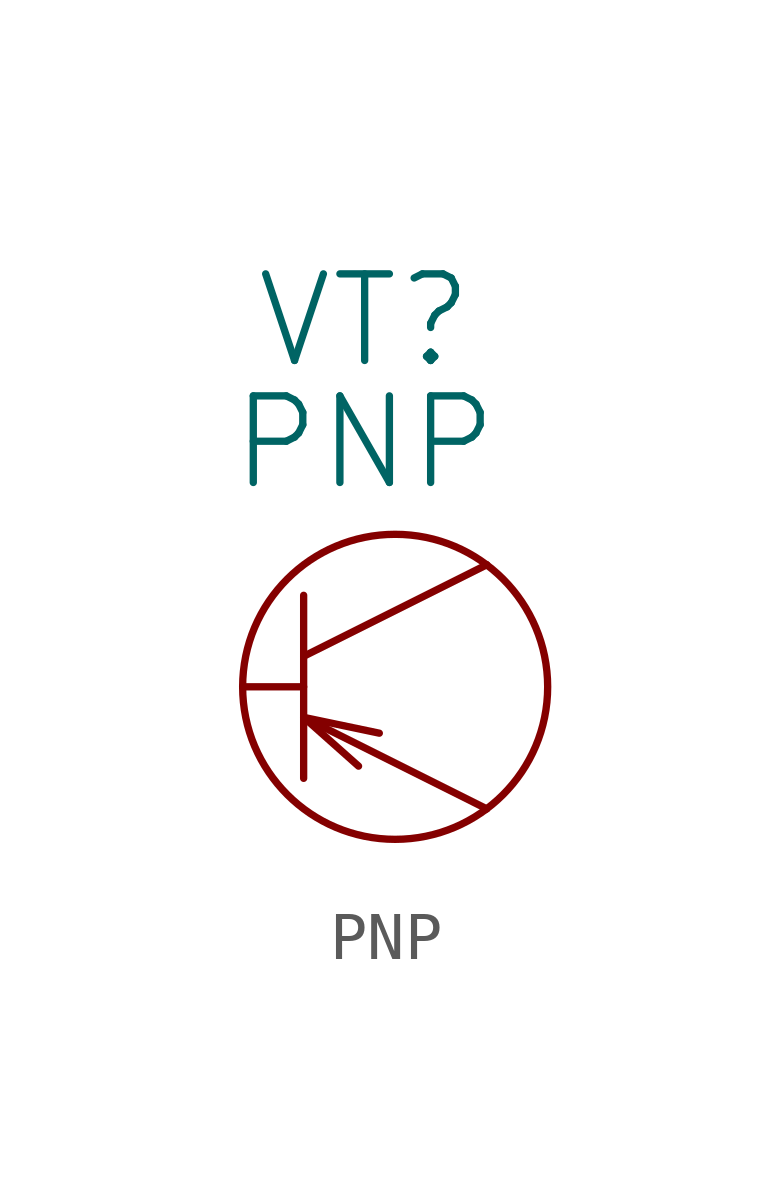
<source format=kicad_sym>
(kicad_symbol_lib
  (version 20211014)
  (generator kicad_symbol_editor)
  (symbol "PNP"
    (pin_numbers hide)
    (pin_names
      (offset 0))
    (property "Reference" "VT"
      (at 2.54 7.62 0)
      (effects (font (size 1.803 1.803))))
    (property "Value" "PNP"
      (at 2.54 5.08 0)
      (effects (font (size 1.803 1.803))))
    (property "Footprint" ""
      (at 0 0 0)
      (effects (font (size 1.524 1.524))))
    (property "Datasheet" ""
      (at 0 0 0)
      (effects (font (size 1.524 1.524))))
    (symbol "PNP_0_1"
      (polyline (pts (xy 1.27 -0.635) (xy 2.413 -1.651)) (stroke (width 0) (type default) (color 0 0 0 0)) (fill (type none)))
      (polyline (pts (xy 1.27 -0.635) (xy 2.845 -0.965)) (stroke (width 0) (type default) (color 0 0 0 0)) (fill (type none)))
      (polyline (pts (xy 1.27 0) (xy 0 0)) (stroke (width 0) (type default) (color 0 0 0 0)) (fill (type none)))
      (polyline (pts (xy 1.27 0.635) (xy 5.08 2.54)) (stroke (width 0) (type default) (color 0 0 0 0)) (fill (type none)))
      (polyline (pts (xy 1.27 1.905) (xy 1.27 -1.905)) (stroke (width 0) (type default) (color 0 0 0 0)) (fill (type none)))
      (polyline (pts (xy 5.08 -2.54) (xy 1.27 -0.635)) (stroke (width 0) (type default) (color 0 0 0 0)) (fill (type none)))
      (circle (center 3.175 0) (radius 3.175) (stroke (width 0) (type default) (color 0 0 0 0)) (fill (type none))))
    (symbol "PNP_1_1"
      (pin input line (at 5.08 -2.54 180) (length 0) (name "~" (effects (font (size 1.27 1.27)))) (number "1" (effects (font (size 1.27 1.27)))))
      (pin input line (at 0 0 0) (length 0) (name "~" (effects (font (size 1.27 1.27)))) (number "2" (effects (font (size 1.27 1.27)))))
      (pin output line (at 5.08 2.54 180) (length 0) (name "~" (effects (font (size 1.27 1.27)))) (number "3" (effects (font (size 1.27 1.27))))))))
</source>
